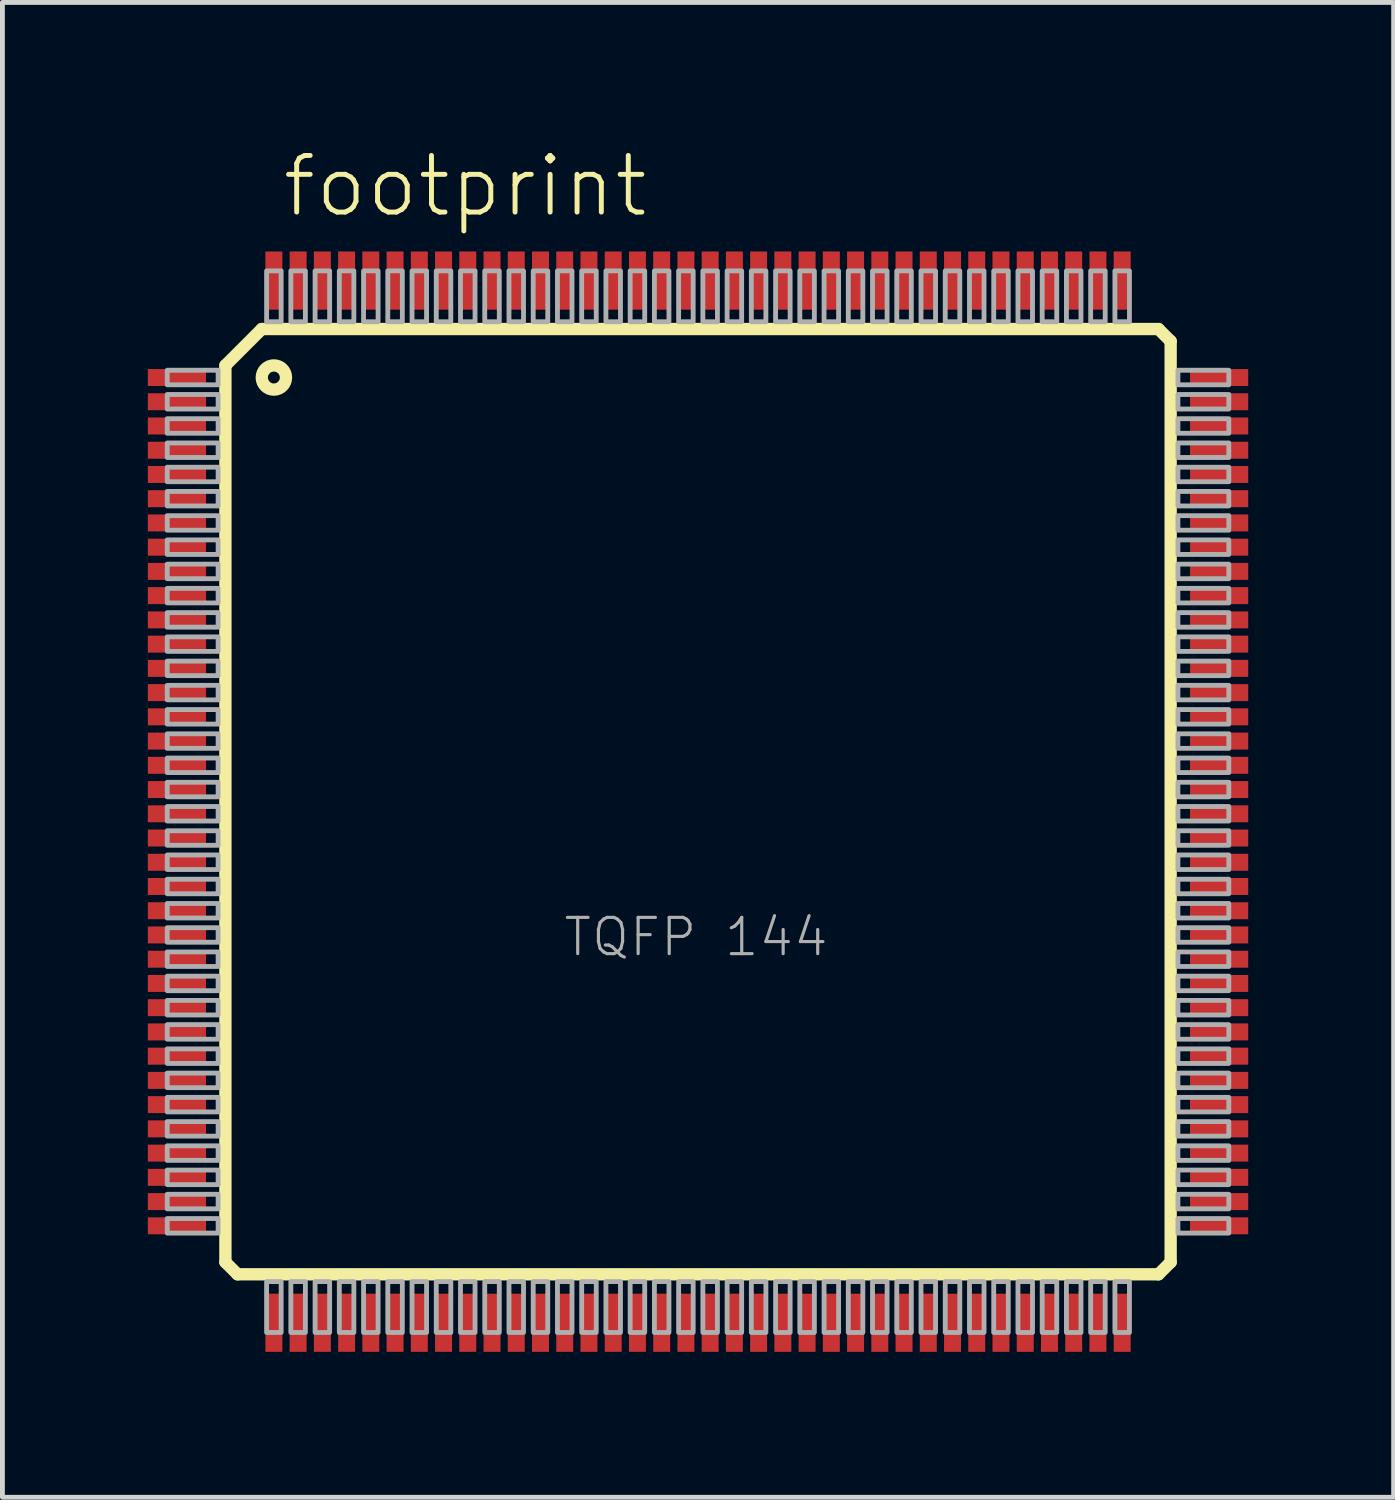
<source format=kicad_pcb>
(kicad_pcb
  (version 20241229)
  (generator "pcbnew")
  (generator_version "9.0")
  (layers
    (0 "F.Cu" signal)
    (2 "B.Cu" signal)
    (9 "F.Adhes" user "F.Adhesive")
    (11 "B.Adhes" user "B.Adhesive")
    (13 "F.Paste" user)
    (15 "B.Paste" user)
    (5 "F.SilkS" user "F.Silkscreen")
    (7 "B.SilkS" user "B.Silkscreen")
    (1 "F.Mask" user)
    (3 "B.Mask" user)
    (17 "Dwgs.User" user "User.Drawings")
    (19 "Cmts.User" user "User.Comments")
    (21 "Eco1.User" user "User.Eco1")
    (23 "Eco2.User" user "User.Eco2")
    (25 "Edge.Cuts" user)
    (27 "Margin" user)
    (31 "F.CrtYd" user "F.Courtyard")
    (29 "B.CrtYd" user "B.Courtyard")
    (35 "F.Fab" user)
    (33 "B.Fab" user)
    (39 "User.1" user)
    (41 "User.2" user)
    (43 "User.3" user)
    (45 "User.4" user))
  (footprint "footprint"
    (layer "F.Cu")
    (at 11.35 13.488)
    (property "Reference" "footprint" (at -8.625 -12.015 0) (layer "F.SilkS") (effects (font (size 1.168 1.168) (thickness 0.102)) (justify left bottom)))
    (fp_line (start -9.75 -9) (end -9 -9.75) (stroke (width 0.254) (type solid)) (layer "F.SilkS"))
    (fp_line (start -9.75 9.5) (end -9.75 -9) (stroke (width 0.254) (type solid)) (layer "F.SilkS"))
    (fp_line (start -9.5 9.75) (end -9.75 9.5) (stroke (width 0.254) (type solid)) (layer "F.SilkS"))
    (fp_line (start -9 -9.75) (end 9.5 -9.75) (stroke (width 0.254) (type solid)) (layer "F.SilkS"))
    (fp_line (start 9.5 -9.75) (end 9.75 -9.5) (stroke (width 0.254) (type solid)) (layer "F.SilkS"))
    (fp_line (start 9.5 9.75) (end -9.5 9.75) (stroke (width 0.254) (type solid)) (layer "F.SilkS"))
    (fp_line (start 9.75 -9.5) (end 9.75 9.5) (stroke (width 0.254) (type solid)) (layer "F.SilkS"))
    (fp_line (start 9.75 9.5) (end 9.5 9.75) (stroke (width 0.254) (type solid)) (layer "F.SilkS"))
    (fp_circle (center -8.75 -8.75) (end -8.5 -8.75) (stroke (width 0.254) (type solid)) (fill no) (layer "F.SilkS"))
    (fp_poly (pts (xy -10.95 -8.6) (xy -9.9 -8.6) (xy -9.9 -8.9) (xy -10.95 -8.9)) (stroke (width 0.1) (type solid)) (fill no) (layer "F.Fab"))
    (fp_poly (pts (xy -10.95 -8.1) (xy -9.9 -8.1) (xy -9.9 -8.4) (xy -10.95 -8.4)) (stroke (width 0.1) (type solid)) (fill no) (layer "F.Fab"))
    (fp_poly (pts (xy -10.95 -7.6) (xy -9.9 -7.6) (xy -9.9 -7.9) (xy -10.95 -7.9)) (stroke (width 0.1) (type solid)) (fill no) (layer "F.Fab"))
    (fp_poly (pts (xy -10.95 -7.1) (xy -9.9 -7.1) (xy -9.9 -7.4) (xy -10.95 -7.4)) (stroke (width 0.1) (type solid)) (fill no) (layer "F.Fab"))
    (fp_poly (pts (xy -10.95 -6.6) (xy -9.9 -6.6) (xy -9.9 -6.9) (xy -10.95 -6.9)) (stroke (width 0.1) (type solid)) (fill no) (layer "F.Fab"))
    (fp_poly (pts (xy -10.95 -6.1) (xy -9.9 -6.1) (xy -9.9 -6.4) (xy -10.95 -6.4)) (stroke (width 0.1) (type solid)) (fill no) (layer "F.Fab"))
    (fp_poly (pts (xy -10.95 -5.6) (xy -9.9 -5.6) (xy -9.9 -5.9) (xy -10.95 -5.9)) (stroke (width 0.1) (type solid)) (fill no) (layer "F.Fab"))
    (fp_poly (pts (xy -10.95 -5.1) (xy -9.9 -5.1) (xy -9.9 -5.4) (xy -10.95 -5.4)) (stroke (width 0.1) (type solid)) (fill no) (layer "F.Fab"))
    (fp_poly (pts (xy -10.95 -4.6) (xy -9.9 -4.6) (xy -9.9 -4.9) (xy -10.95 -4.9)) (stroke (width 0.1) (type solid)) (fill no) (layer "F.Fab"))
    (fp_poly (pts (xy -10.95 -4.1) (xy -9.9 -4.1) (xy -9.9 -4.4) (xy -10.95 -4.4)) (stroke (width 0.1) (type solid)) (fill no) (layer "F.Fab"))
    (fp_poly (pts (xy -10.95 -3.6) (xy -9.9 -3.6) (xy -9.9 -3.9) (xy -10.95 -3.9)) (stroke (width 0.1) (type solid)) (fill no) (layer "F.Fab"))
    (fp_poly (pts (xy -10.95 -3.1) (xy -9.9 -3.1) (xy -9.9 -3.4) (xy -10.95 -3.4)) (stroke (width 0.1) (type solid)) (fill no) (layer "F.Fab"))
    (fp_poly (pts (xy -10.95 -2.6) (xy -9.9 -2.6) (xy -9.9 -2.9) (xy -10.95 -2.9)) (stroke (width 0.1) (type solid)) (fill no) (layer "F.Fab"))
    (fp_poly (pts (xy -10.95 -2.1) (xy -9.9 -2.1) (xy -9.9 -2.4) (xy -10.95 -2.4)) (stroke (width 0.1) (type solid)) (fill no) (layer "F.Fab"))
    (fp_poly (pts (xy -10.95 -1.6) (xy -9.9 -1.6) (xy -9.9 -1.9) (xy -10.95 -1.9)) (stroke (width 0.1) (type solid)) (fill no) (layer "F.Fab"))
    (fp_poly (pts (xy -10.95 -1.1) (xy -9.9 -1.1) (xy -9.9 -1.4) (xy -10.95 -1.4)) (stroke (width 0.1) (type solid)) (fill no) (layer "F.Fab"))
    (fp_poly (pts (xy -10.95 -0.6) (xy -9.9 -0.6) (xy -9.9 -0.9) (xy -10.95 -0.9)) (stroke (width 0.1) (type solid)) (fill no) (layer "F.Fab"))
    (fp_poly (pts (xy -10.95 -0.1) (xy -9.9 -0.1) (xy -9.9 -0.4) (xy -10.95 -0.4)) (stroke (width 0.1) (type solid)) (fill no) (layer "F.Fab"))
    (fp_poly (pts (xy -10.95 0.4) (xy -9.9 0.4) (xy -9.9 0.1) (xy -10.95 0.1)) (stroke (width 0.1) (type solid)) (fill no) (layer "F.Fab"))
    (fp_poly (pts (xy -10.95 0.9) (xy -9.9 0.9) (xy -9.9 0.6) (xy -10.95 0.6)) (stroke (width 0.1) (type solid)) (fill no) (layer "F.Fab"))
    (fp_poly (pts (xy -10.95 1.4) (xy -9.9 1.4) (xy -9.9 1.1) (xy -10.95 1.1)) (stroke (width 0.1) (type solid)) (fill no) (layer "F.Fab"))
    (fp_poly (pts (xy -10.95 1.9) (xy -9.9 1.9) (xy -9.9 1.6) (xy -10.95 1.6)) (stroke (width 0.1) (type solid)) (fill no) (layer "F.Fab"))
    (fp_poly (pts (xy -10.95 2.4) (xy -9.9 2.4) (xy -9.9 2.1) (xy -10.95 2.1)) (stroke (width 0.1) (type solid)) (fill no) (layer "F.Fab"))
    (fp_poly (pts (xy -10.95 2.9) (xy -9.9 2.9) (xy -9.9 2.6) (xy -10.95 2.6)) (stroke (width 0.1) (type solid)) (fill no) (layer "F.Fab"))
    (fp_poly (pts (xy -10.95 3.4) (xy -9.9 3.4) (xy -9.9 3.1) (xy -10.95 3.1)) (stroke (width 0.1) (type solid)) (fill no) (layer "F.Fab"))
    (fp_poly (pts (xy -10.95 3.9) (xy -9.9 3.9) (xy -9.9 3.6) (xy -10.95 3.6)) (stroke (width 0.1) (type solid)) (fill no) (layer "F.Fab"))
    (fp_poly (pts (xy -10.95 4.4) (xy -9.9 4.4) (xy -9.9 4.1) (xy -10.95 4.1)) (stroke (width 0.1) (type solid)) (fill no) (layer "F.Fab"))
    (fp_poly (pts (xy -10.95 4.9) (xy -9.9 4.9) (xy -9.9 4.6) (xy -10.95 4.6)) (stroke (width 0.1) (type solid)) (fill no) (layer "F.Fab"))
    (fp_poly (pts (xy -10.95 5.4) (xy -9.9 5.4) (xy -9.9 5.1) (xy -10.95 5.1)) (stroke (width 0.1) (type solid)) (fill no) (layer "F.Fab"))
    (fp_poly (pts (xy -10.95 5.9) (xy -9.9 5.9) (xy -9.9 5.6) (xy -10.95 5.6)) (stroke (width 0.1) (type solid)) (fill no) (layer "F.Fab"))
    (fp_poly (pts (xy -10.95 6.4) (xy -9.9 6.4) (xy -9.9 6.1) (xy -10.95 6.1)) (stroke (width 0.1) (type solid)) (fill no) (layer "F.Fab"))
    (fp_poly (pts (xy -10.95 6.9) (xy -9.9 6.9) (xy -9.9 6.6) (xy -10.95 6.6)) (stroke (width 0.1) (type solid)) (fill no) (layer "F.Fab"))
    (fp_poly (pts (xy -10.95 7.4) (xy -9.9 7.4) (xy -9.9 7.1) (xy -10.95 7.1)) (stroke (width 0.1) (type solid)) (fill no) (layer "F.Fab"))
    (fp_poly (pts (xy -10.95 7.9) (xy -9.9 7.9) (xy -9.9 7.6) (xy -10.95 7.6)) (stroke (width 0.1) (type solid)) (fill no) (layer "F.Fab"))
    (fp_poly (pts (xy -10.95 8.4) (xy -9.9 8.4) (xy -9.9 8.1) (xy -10.95 8.1)) (stroke (width 0.1) (type solid)) (fill no) (layer "F.Fab"))
    (fp_poly (pts (xy -10.95 8.9) (xy -9.9 8.9) (xy -9.9 8.6) (xy -10.95 8.6)) (stroke (width 0.1) (type solid)) (fill no) (layer "F.Fab"))
    (fp_poly (pts (xy -8.9 -9.9) (xy -8.6 -9.9) (xy -8.6 -10.95) (xy -8.9 -10.95)) (stroke (width 0.1) (type solid)) (fill no) (layer "F.Fab"))
    (fp_poly (pts (xy -8.9 10.95) (xy -8.6 10.95) (xy -8.6 9.9) (xy -8.9 9.9)) (stroke (width 0.1) (type solid)) (fill no) (layer "F.Fab"))
    (fp_poly (pts (xy -8.4 -9.9) (xy -8.1 -9.9) (xy -8.1 -10.95) (xy -8.4 -10.95)) (stroke (width 0.1) (type solid)) (fill no) (layer "F.Fab"))
    (fp_poly (pts (xy -8.4 10.95) (xy -8.1 10.95) (xy -8.1 9.9) (xy -8.4 9.9)) (stroke (width 0.1) (type solid)) (fill no) (layer "F.Fab"))
    (fp_poly (pts (xy -7.9 -9.9) (xy -7.6 -9.9) (xy -7.6 -10.95) (xy -7.9 -10.95)) (stroke (width 0.1) (type solid)) (fill no) (layer "F.Fab"))
    (fp_poly (pts (xy -7.9 10.95) (xy -7.6 10.95) (xy -7.6 9.9) (xy -7.9 9.9)) (stroke (width 0.1) (type solid)) (fill no) (layer "F.Fab"))
    (fp_poly (pts (xy -7.4 -9.9) (xy -7.1 -9.9) (xy -7.1 -10.95) (xy -7.4 -10.95)) (stroke (width 0.1) (type solid)) (fill no) (layer "F.Fab"))
    (fp_poly (pts (xy -7.4 10.95) (xy -7.1 10.95) (xy -7.1 9.9) (xy -7.4 9.9)) (stroke (width 0.1) (type solid)) (fill no) (layer "F.Fab"))
    (fp_poly (pts (xy -6.9 -9.9) (xy -6.6 -9.9) (xy -6.6 -10.95) (xy -6.9 -10.95)) (stroke (width 0.1) (type solid)) (fill no) (layer "F.Fab"))
    (fp_poly (pts (xy -6.9 10.95) (xy -6.6 10.95) (xy -6.6 9.9) (xy -6.9 9.9)) (stroke (width 0.1) (type solid)) (fill no) (layer "F.Fab"))
    (fp_poly (pts (xy -6.4 -9.9) (xy -6.1 -9.9) (xy -6.1 -10.95) (xy -6.4 -10.95)) (stroke (width 0.1) (type solid)) (fill no) (layer "F.Fab"))
    (fp_poly (pts (xy -6.4 10.95) (xy -6.1 10.95) (xy -6.1 9.9) (xy -6.4 9.9)) (stroke (width 0.1) (type solid)) (fill no) (layer "F.Fab"))
    (fp_poly (pts (xy -5.9 -9.9) (xy -5.6 -9.9) (xy -5.6 -10.95) (xy -5.9 -10.95)) (stroke (width 0.1) (type solid)) (fill no) (layer "F.Fab"))
    (fp_poly (pts (xy -5.9 10.95) (xy -5.6 10.95) (xy -5.6 9.9) (xy -5.9 9.9)) (stroke (width 0.1) (type solid)) (fill no) (layer "F.Fab"))
    (fp_poly (pts (xy -5.4 -9.9) (xy -5.1 -9.9) (xy -5.1 -10.95) (xy -5.4 -10.95)) (stroke (width 0.1) (type solid)) (fill no) (layer "F.Fab"))
    (fp_poly (pts (xy -5.4 10.95) (xy -5.1 10.95) (xy -5.1 9.9) (xy -5.4 9.9)) (stroke (width 0.1) (type solid)) (fill no) (layer "F.Fab"))
    (fp_poly (pts (xy -4.9 -9.9) (xy -4.6 -9.9) (xy -4.6 -10.95) (xy -4.9 -10.95)) (stroke (width 0.1) (type solid)) (fill no) (layer "F.Fab"))
    (fp_poly (pts (xy -4.9 10.95) (xy -4.6 10.95) (xy -4.6 9.9) (xy -4.9 9.9)) (stroke (width 0.1) (type solid)) (fill no) (layer "F.Fab"))
    (fp_poly (pts (xy -4.4 -9.9) (xy -4.1 -9.9) (xy -4.1 -10.95) (xy -4.4 -10.95)) (stroke (width 0.1) (type solid)) (fill no) (layer "F.Fab"))
    (fp_poly (pts (xy -4.4 10.95) (xy -4.1 10.95) (xy -4.1 9.9) (xy -4.4 9.9)) (stroke (width 0.1) (type solid)) (fill no) (layer "F.Fab"))
    (fp_poly (pts (xy -3.9 -9.9) (xy -3.6 -9.9) (xy -3.6 -10.95) (xy -3.9 -10.95)) (stroke (width 0.1) (type solid)) (fill no) (layer "F.Fab"))
    (fp_poly (pts (xy -3.9 10.95) (xy -3.6 10.95) (xy -3.6 9.9) (xy -3.9 9.9)) (stroke (width 0.1) (type solid)) (fill no) (layer "F.Fab"))
    (fp_poly (pts (xy -3.4 -9.9) (xy -3.1 -9.9) (xy -3.1 -10.95) (xy -3.4 -10.95)) (stroke (width 0.1) (type solid)) (fill no) (layer "F.Fab"))
    (fp_poly (pts (xy -3.4 10.95) (xy -3.1 10.95) (xy -3.1 9.9) (xy -3.4 9.9)) (stroke (width 0.1) (type solid)) (fill no) (layer "F.Fab"))
    (fp_poly (pts (xy -2.9 -9.9) (xy -2.6 -9.9) (xy -2.6 -10.95) (xy -2.9 -10.95)) (stroke (width 0.1) (type solid)) (fill no) (layer "F.Fab"))
    (fp_poly (pts (xy -2.9 10.95) (xy -2.6 10.95) (xy -2.6 9.9) (xy -2.9 9.9)) (stroke (width 0.1) (type solid)) (fill no) (layer "F.Fab"))
    (fp_poly (pts (xy -2.4 -9.9) (xy -2.1 -9.9) (xy -2.1 -10.95) (xy -2.4 -10.95)) (stroke (width 0.1) (type solid)) (fill no) (layer "F.Fab"))
    (fp_poly (pts (xy -2.4 10.95) (xy -2.1 10.95) (xy -2.1 9.9) (xy -2.4 9.9)) (stroke (width 0.1) (type solid)) (fill no) (layer "F.Fab"))
    (fp_poly (pts (xy -1.9 -9.9) (xy -1.6 -9.9) (xy -1.6 -10.95) (xy -1.9 -10.95)) (stroke (width 0.1) (type solid)) (fill no) (layer "F.Fab"))
    (fp_poly (pts (xy -1.9 10.95) (xy -1.6 10.95) (xy -1.6 9.9) (xy -1.9 9.9)) (stroke (width 0.1) (type solid)) (fill no) (layer "F.Fab"))
    (fp_poly (pts (xy -1.4 -9.9) (xy -1.1 -9.9) (xy -1.1 -10.95) (xy -1.4 -10.95)) (stroke (width 0.1) (type solid)) (fill no) (layer "F.Fab"))
    (fp_poly (pts (xy -1.4 10.95) (xy -1.1 10.95) (xy -1.1 9.9) (xy -1.4 9.9)) (stroke (width 0.1) (type solid)) (fill no) (layer "F.Fab"))
    (fp_poly (pts (xy -0.9 -9.9) (xy -0.6 -9.9) (xy -0.6 -10.95) (xy -0.9 -10.95)) (stroke (width 0.1) (type solid)) (fill no) (layer "F.Fab"))
    (fp_poly (pts (xy -0.9 10.95) (xy -0.6 10.95) (xy -0.6 9.9) (xy -0.9 9.9)) (stroke (width 0.1) (type solid)) (fill no) (layer "F.Fab"))
    (fp_poly (pts (xy -0.4 -9.9) (xy -0.1 -9.9) (xy -0.1 -10.95) (xy -0.4 -10.95)) (stroke (width 0.1) (type solid)) (fill no) (layer "F.Fab"))
    (fp_poly (pts (xy -0.4 10.95) (xy -0.1 10.95) (xy -0.1 9.9) (xy -0.4 9.9)) (stroke (width 0.1) (type solid)) (fill no) (layer "F.Fab"))
    (fp_poly (pts (xy 0.1 -9.9) (xy 0.4 -9.9) (xy 0.4 -10.95) (xy 0.1 -10.95)) (stroke (width 0.1) (type solid)) (fill no) (layer "F.Fab"))
    (fp_poly (pts (xy 0.1 10.95) (xy 0.4 10.95) (xy 0.4 9.9) (xy 0.1 9.9)) (stroke (width 0.1) (type solid)) (fill no) (layer "F.Fab"))
    (fp_poly (pts (xy 0.6 -9.9) (xy 0.9 -9.9) (xy 0.9 -10.95) (xy 0.6 -10.95)) (stroke (width 0.1) (type solid)) (fill no) (layer "F.Fab"))
    (fp_poly (pts (xy 0.6 10.95) (xy 0.9 10.95) (xy 0.9 9.9) (xy 0.6 9.9)) (stroke (width 0.1) (type solid)) (fill no) (layer "F.Fab"))
    (fp_poly (pts (xy 1.1 -9.9) (xy 1.4 -9.9) (xy 1.4 -10.95) (xy 1.1 -10.95)) (stroke (width 0.1) (type solid)) (fill no) (layer "F.Fab"))
    (fp_poly (pts (xy 1.1 10.95) (xy 1.4 10.95) (xy 1.4 9.9) (xy 1.1 9.9)) (stroke (width 0.1) (type solid)) (fill no) (layer "F.Fab"))
    (fp_poly (pts (xy 1.6 -9.9) (xy 1.9 -9.9) (xy 1.9 -10.95) (xy 1.6 -10.95)) (stroke (width 0.1) (type solid)) (fill no) (layer "F.Fab"))
    (fp_poly (pts (xy 1.6 10.95) (xy 1.9 10.95) (xy 1.9 9.9) (xy 1.6 9.9)) (stroke (width 0.1) (type solid)) (fill no) (layer "F.Fab"))
    (fp_poly (pts (xy 2.1 -9.9) (xy 2.4 -9.9) (xy 2.4 -10.95) (xy 2.1 -10.95)) (stroke (width 0.1) (type solid)) (fill no) (layer "F.Fab"))
    (fp_poly (pts (xy 2.1 10.95) (xy 2.4 10.95) (xy 2.4 9.9) (xy 2.1 9.9)) (stroke (width 0.1) (type solid)) (fill no) (layer "F.Fab"))
    (fp_poly (pts (xy 2.6 -9.9) (xy 2.9 -9.9) (xy 2.9 -10.95) (xy 2.6 -10.95)) (stroke (width 0.1) (type solid)) (fill no) (layer "F.Fab"))
    (fp_poly (pts (xy 2.6 10.95) (xy 2.9 10.95) (xy 2.9 9.9) (xy 2.6 9.9)) (stroke (width 0.1) (type solid)) (fill no) (layer "F.Fab"))
    (fp_poly (pts (xy 3.1 -9.9) (xy 3.4 -9.9) (xy 3.4 -10.95) (xy 3.1 -10.95)) (stroke (width 0.1) (type solid)) (fill no) (layer "F.Fab"))
    (fp_poly (pts (xy 3.1 10.95) (xy 3.4 10.95) (xy 3.4 9.9) (xy 3.1 9.9)) (stroke (width 0.1) (type solid)) (fill no) (layer "F.Fab"))
    (fp_poly (pts (xy 3.6 -9.9) (xy 3.9 -9.9) (xy 3.9 -10.95) (xy 3.6 -10.95)) (stroke (width 0.1) (type solid)) (fill no) (layer "F.Fab"))
    (fp_poly (pts (xy 3.6 10.95) (xy 3.9 10.95) (xy 3.9 9.9) (xy 3.6 9.9)) (stroke (width 0.1) (type solid)) (fill no) (layer "F.Fab"))
    (fp_poly (pts (xy 4.1 -9.9) (xy 4.4 -9.9) (xy 4.4 -10.95) (xy 4.1 -10.95)) (stroke (width 0.1) (type solid)) (fill no) (layer "F.Fab"))
    (fp_poly (pts (xy 4.1 10.95) (xy 4.4 10.95) (xy 4.4 9.9) (xy 4.1 9.9)) (stroke (width 0.1) (type solid)) (fill no) (layer "F.Fab"))
    (fp_poly (pts (xy 4.6 -9.9) (xy 4.9 -9.9) (xy 4.9 -10.95) (xy 4.6 -10.95)) (stroke (width 0.1) (type solid)) (fill no) (layer "F.Fab"))
    (fp_poly (pts (xy 4.6 10.95) (xy 4.9 10.95) (xy 4.9 9.9) (xy 4.6 9.9)) (stroke (width 0.1) (type solid)) (fill no) (layer "F.Fab"))
    (fp_poly (pts (xy 5.1 -9.9) (xy 5.4 -9.9) (xy 5.4 -10.95) (xy 5.1 -10.95)) (stroke (width 0.1) (type solid)) (fill no) (layer "F.Fab"))
    (fp_poly (pts (xy 5.1 10.95) (xy 5.4 10.95) (xy 5.4 9.9) (xy 5.1 9.9)) (stroke (width 0.1) (type solid)) (fill no) (layer "F.Fab"))
    (fp_poly (pts (xy 5.6 -9.9) (xy 5.9 -9.9) (xy 5.9 -10.95) (xy 5.6 -10.95)) (stroke (width 0.1) (type solid)) (fill no) (layer "F.Fab"))
    (fp_poly (pts (xy 5.6 10.95) (xy 5.9 10.95) (xy 5.9 9.9) (xy 5.6 9.9)) (stroke (width 0.1) (type solid)) (fill no) (layer "F.Fab"))
    (fp_poly (pts (xy 6.1 -9.9) (xy 6.4 -9.9) (xy 6.4 -10.95) (xy 6.1 -10.95)) (stroke (width 0.1) (type solid)) (fill no) (layer "F.Fab"))
    (fp_poly (pts (xy 6.1 10.95) (xy 6.4 10.95) (xy 6.4 9.9) (xy 6.1 9.9)) (stroke (width 0.1) (type solid)) (fill no) (layer "F.Fab"))
    (fp_poly (pts (xy 6.6 -9.9) (xy 6.9 -9.9) (xy 6.9 -10.95) (xy 6.6 -10.95)) (stroke (width 0.1) (type solid)) (fill no) (layer "F.Fab"))
    (fp_poly (pts (xy 6.6 10.95) (xy 6.9 10.95) (xy 6.9 9.9) (xy 6.6 9.9)) (stroke (width 0.1) (type solid)) (fill no) (layer "F.Fab"))
    (fp_poly (pts (xy 7.1 -9.9) (xy 7.4 -9.9) (xy 7.4 -10.95) (xy 7.1 -10.95)) (stroke (width 0.1) (type solid)) (fill no) (layer "F.Fab"))
    (fp_poly (pts (xy 7.1 10.95) (xy 7.4 10.95) (xy 7.4 9.9) (xy 7.1 9.9)) (stroke (width 0.1) (type solid)) (fill no) (layer "F.Fab"))
    (fp_poly (pts (xy 7.6 -9.9) (xy 7.9 -9.9) (xy 7.9 -10.95) (xy 7.6 -10.95)) (stroke (width 0.1) (type solid)) (fill no) (layer "F.Fab"))
    (fp_poly (pts (xy 7.6 10.95) (xy 7.9 10.95) (xy 7.9 9.9) (xy 7.6 9.9)) (stroke (width 0.1) (type solid)) (fill no) (layer "F.Fab"))
    (fp_poly (pts (xy 8.1 -9.9) (xy 8.4 -9.9) (xy 8.4 -10.95) (xy 8.1 -10.95)) (stroke (width 0.1) (type solid)) (fill no) (layer "F.Fab"))
    (fp_poly (pts (xy 8.1 10.95) (xy 8.4 10.95) (xy 8.4 9.9) (xy 8.1 9.9)) (stroke (width 0.1) (type solid)) (fill no) (layer "F.Fab"))
    (fp_poly (pts (xy 8.6 -9.9) (xy 8.9 -9.9) (xy 8.9 -10.95) (xy 8.6 -10.95)) (stroke (width 0.1) (type solid)) (fill no) (layer "F.Fab"))
    (fp_poly (pts (xy 8.6 10.95) (xy 8.9 10.95) (xy 8.9 9.9) (xy 8.6 9.9)) (stroke (width 0.1) (type solid)) (fill no) (layer "F.Fab"))
    (fp_poly (pts (xy 9.9 -8.6) (xy 10.95 -8.6) (xy 10.95 -8.9) (xy 9.9 -8.9)) (stroke (width 0.1) (type solid)) (fill no) (layer "F.Fab"))
    (fp_poly (pts (xy 9.9 -8.1) (xy 10.95 -8.1) (xy 10.95 -8.4) (xy 9.9 -8.4)) (stroke (width 0.1) (type solid)) (fill no) (layer "F.Fab"))
    (fp_poly (pts (xy 9.9 -7.6) (xy 10.95 -7.6) (xy 10.95 -7.9) (xy 9.9 -7.9)) (stroke (width 0.1) (type solid)) (fill no) (layer "F.Fab"))
    (fp_poly (pts (xy 9.9 -7.1) (xy 10.95 -7.1) (xy 10.95 -7.4) (xy 9.9 -7.4)) (stroke (width 0.1) (type solid)) (fill no) (layer "F.Fab"))
    (fp_poly (pts (xy 9.9 -6.6) (xy 10.95 -6.6) (xy 10.95 -6.9) (xy 9.9 -6.9)) (stroke (width 0.1) (type solid)) (fill no) (layer "F.Fab"))
    (fp_poly (pts (xy 9.9 -6.1) (xy 10.95 -6.1) (xy 10.95 -6.4) (xy 9.9 -6.4)) (stroke (width 0.1) (type solid)) (fill no) (layer "F.Fab"))
    (fp_poly (pts (xy 9.9 -5.6) (xy 10.95 -5.6) (xy 10.95 -5.9) (xy 9.9 -5.9)) (stroke (width 0.1) (type solid)) (fill no) (layer "F.Fab"))
    (fp_poly (pts (xy 9.9 -5.1) (xy 10.95 -5.1) (xy 10.95 -5.4) (xy 9.9 -5.4)) (stroke (width 0.1) (type solid)) (fill no) (layer "F.Fab"))
    (fp_poly (pts (xy 9.9 -4.6) (xy 10.95 -4.6) (xy 10.95 -4.9) (xy 9.9 -4.9)) (stroke (width 0.1) (type solid)) (fill no) (layer "F.Fab"))
    (fp_poly (pts (xy 9.9 -4.1) (xy 10.95 -4.1) (xy 10.95 -4.4) (xy 9.9 -4.4)) (stroke (width 0.1) (type solid)) (fill no) (layer "F.Fab"))
    (fp_poly (pts (xy 9.9 -3.6) (xy 10.95 -3.6) (xy 10.95 -3.9) (xy 9.9 -3.9)) (stroke (width 0.1) (type solid)) (fill no) (layer "F.Fab"))
    (fp_poly (pts (xy 9.9 -3.1) (xy 10.95 -3.1) (xy 10.95 -3.4) (xy 9.9 -3.4)) (stroke (width 0.1) (type solid)) (fill no) (layer "F.Fab"))
    (fp_poly (pts (xy 9.9 -2.6) (xy 10.95 -2.6) (xy 10.95 -2.9) (xy 9.9 -2.9)) (stroke (width 0.1) (type solid)) (fill no) (layer "F.Fab"))
    (fp_poly (pts (xy 9.9 -2.1) (xy 10.95 -2.1) (xy 10.95 -2.4) (xy 9.9 -2.4)) (stroke (width 0.1) (type solid)) (fill no) (layer "F.Fab"))
    (fp_poly (pts (xy 9.9 -1.6) (xy 10.95 -1.6) (xy 10.95 -1.9) (xy 9.9 -1.9)) (stroke (width 0.1) (type solid)) (fill no) (layer "F.Fab"))
    (fp_poly (pts (xy 9.9 -1.1) (xy 10.95 -1.1) (xy 10.95 -1.4) (xy 9.9 -1.4)) (stroke (width 0.1) (type solid)) (fill no) (layer "F.Fab"))
    (fp_poly (pts (xy 9.9 -0.6) (xy 10.95 -0.6) (xy 10.95 -0.9) (xy 9.9 -0.9)) (stroke (width 0.1) (type solid)) (fill no) (layer "F.Fab"))
    (fp_poly (pts (xy 9.9 -0.1) (xy 10.95 -0.1) (xy 10.95 -0.4) (xy 9.9 -0.4)) (stroke (width 0.1) (type solid)) (fill no) (layer "F.Fab"))
    (fp_poly (pts (xy 9.9 0.4) (xy 10.95 0.4) (xy 10.95 0.1) (xy 9.9 0.1)) (stroke (width 0.1) (type solid)) (fill no) (layer "F.Fab"))
    (fp_poly (pts (xy 9.9 0.9) (xy 10.95 0.9) (xy 10.95 0.6) (xy 9.9 0.6)) (stroke (width 0.1) (type solid)) (fill no) (layer "F.Fab"))
    (fp_poly (pts (xy 9.9 1.4) (xy 10.95 1.4) (xy 10.95 1.1) (xy 9.9 1.1)) (stroke (width 0.1) (type solid)) (fill no) (layer "F.Fab"))
    (fp_poly (pts (xy 9.9 1.9) (xy 10.95 1.9) (xy 10.95 1.6) (xy 9.9 1.6)) (stroke (width 0.1) (type solid)) (fill no) (layer "F.Fab"))
    (fp_poly (pts (xy 9.9 2.4) (xy 10.95 2.4) (xy 10.95 2.1) (xy 9.9 2.1)) (stroke (width 0.1) (type solid)) (fill no) (layer "F.Fab"))
    (fp_poly (pts (xy 9.9 2.9) (xy 10.95 2.9) (xy 10.95 2.6) (xy 9.9 2.6)) (stroke (width 0.1) (type solid)) (fill no) (layer "F.Fab"))
    (fp_poly (pts (xy 9.9 3.4) (xy 10.95 3.4) (xy 10.95 3.1) (xy 9.9 3.1)) (stroke (width 0.1) (type solid)) (fill no) (layer "F.Fab"))
    (fp_poly (pts (xy 9.9 3.9) (xy 10.95 3.9) (xy 10.95 3.6) (xy 9.9 3.6)) (stroke (width 0.1) (type solid)) (fill no) (layer "F.Fab"))
    (fp_poly (pts (xy 9.9 4.4) (xy 10.95 4.4) (xy 10.95 4.1) (xy 9.9 4.1)) (stroke (width 0.1) (type solid)) (fill no) (layer "F.Fab"))
    (fp_poly (pts (xy 9.9 4.9) (xy 10.95 4.9) (xy 10.95 4.6) (xy 9.9 4.6)) (stroke (width 0.1) (type solid)) (fill no) (layer "F.Fab"))
    (fp_poly (pts (xy 9.9 5.4) (xy 10.95 5.4) (xy 10.95 5.1) (xy 9.9 5.1)) (stroke (width 0.1) (type solid)) (fill no) (layer "F.Fab"))
    (fp_poly (pts (xy 9.9 5.9) (xy 10.95 5.9) (xy 10.95 5.6) (xy 9.9 5.6)) (stroke (width 0.1) (type solid)) (fill no) (layer "F.Fab"))
    (fp_poly (pts (xy 9.9 6.4) (xy 10.95 6.4) (xy 10.95 6.1) (xy 9.9 6.1)) (stroke (width 0.1) (type solid)) (fill no) (layer "F.Fab"))
    (fp_poly (pts (xy 9.9 6.9) (xy 10.95 6.9) (xy 10.95 6.6) (xy 9.9 6.6)) (stroke (width 0.1) (type solid)) (fill no) (layer "F.Fab"))
    (fp_poly (pts (xy 9.9 7.4) (xy 10.95 7.4) (xy 10.95 7.1) (xy 9.9 7.1)) (stroke (width 0.1) (type solid)) (fill no) (layer "F.Fab"))
    (fp_poly (pts (xy 9.9 7.9) (xy 10.95 7.9) (xy 10.95 7.6) (xy 9.9 7.6)) (stroke (width 0.1) (type solid)) (fill no) (layer "F.Fab"))
    (fp_poly (pts (xy 9.9 8.4) (xy 10.95 8.4) (xy 10.95 8.1) (xy 9.9 8.1)) (stroke (width 0.1) (type solid)) (fill no) (layer "F.Fab"))
    (fp_poly (pts (xy 9.9 8.9) (xy 10.95 8.9) (xy 10.95 8.6) (xy 9.9 8.6)) (stroke (width 0.1) (type solid)) (fill no) (layer "F.Fab"))
    (fp_text user "TQFP 144" (at -2.81 3.23 0) (layer "F.Fab") (effects (font (size 0.748 0.748) (thickness 0.065)) (justify left bottom)))
    (pad "1" smd rect (at -10.75 -8.75) (size 1.2 0.35) (layers "F.Cu" "F.Mask" "F.Paste"))
    (pad "2" smd rect (at -10.75 -8.25) (size 1.2 0.35) (layers "F.Cu" "F.Mask" "F.Paste"))
    (pad "3" smd rect (at -10.75 -7.75) (size 1.2 0.35) (layers "F.Cu" "F.Mask" "F.Paste"))
    (pad "4" smd rect (at -10.75 -7.25) (size 1.2 0.35) (layers "F.Cu" "F.Mask" "F.Paste"))
    (pad "5" smd rect (at -10.75 -6.75) (size 1.2 0.35) (layers "F.Cu" "F.Mask" "F.Paste"))
    (pad "6" smd rect (at -10.75 -6.25) (size 1.2 0.35) (layers "F.Cu" "F.Mask" "F.Paste"))
    (pad "7" smd rect (at -10.75 -5.75) (size 1.2 0.35) (layers "F.Cu" "F.Mask" "F.Paste"))
    (pad "8" smd rect (at -10.75 -5.25) (size 1.2 0.35) (layers "F.Cu" "F.Mask" "F.Paste"))
    (pad "9" smd rect (at -10.75 -4.75) (size 1.2 0.35) (layers "F.Cu" "F.Mask" "F.Paste"))
    (pad "10" smd rect (at -10.75 -4.25) (size 1.2 0.35) (layers "F.Cu" "F.Mask" "F.Paste"))
    (pad "11" smd rect (at -10.75 -3.75) (size 1.2 0.35) (layers "F.Cu" "F.Mask" "F.Paste"))
    (pad "12" smd rect (at -10.75 -3.25) (size 1.2 0.35) (layers "F.Cu" "F.Mask" "F.Paste"))
    (pad "13" smd rect (at -10.75 -2.75) (size 1.2 0.35) (layers "F.Cu" "F.Mask" "F.Paste"))
    (pad "14" smd rect (at -10.75 -2.25) (size 1.2 0.35) (layers "F.Cu" "F.Mask" "F.Paste"))
    (pad "15" smd rect (at -10.75 -1.75) (size 1.2 0.35) (layers "F.Cu" "F.Mask" "F.Paste"))
    (pad "16" smd rect (at -10.75 -1.25) (size 1.2 0.35) (layers "F.Cu" "F.Mask" "F.Paste"))
    (pad "17" smd rect (at -10.75 -0.75) (size 1.2 0.35) (layers "F.Cu" "F.Mask" "F.Paste"))
    (pad "18" smd rect (at -10.75 -0.25) (size 1.2 0.35) (layers "F.Cu" "F.Mask" "F.Paste"))
    (pad "19" smd rect (at -10.75 0.25) (size 1.2 0.35) (layers "F.Cu" "F.Mask" "F.Paste"))
    (pad "20" smd rect (at -10.75 0.75) (size 1.2 0.35) (layers "F.Cu" "F.Mask" "F.Paste"))
    (pad "21" smd rect (at -10.75 1.25) (size 1.2 0.35) (layers "F.Cu" "F.Mask" "F.Paste"))
    (pad "22" smd rect (at -10.75 1.75) (size 1.2 0.35) (layers "F.Cu" "F.Mask" "F.Paste"))
    (pad "23" smd rect (at -10.75 2.25) (size 1.2 0.35) (layers "F.Cu" "F.Mask" "F.Paste"))
    (pad "24" smd rect (at -10.75 2.75) (size 1.2 0.35) (layers "F.Cu" "F.Mask" "F.Paste"))
    (pad "25" smd rect (at -10.75 3.25) (size 1.2 0.35) (layers "F.Cu" "F.Mask" "F.Paste"))
    (pad "26" smd rect (at -10.75 3.75) (size 1.2 0.35) (layers "F.Cu" "F.Mask" "F.Paste"))
    (pad "27" smd rect (at -10.75 4.25) (size 1.2 0.35) (layers "F.Cu" "F.Mask" "F.Paste"))
    (pad "28" smd rect (at -10.75 4.75) (size 1.2 0.35) (layers "F.Cu" "F.Mask" "F.Paste"))
    (pad "29" smd rect (at -10.75 5.25) (size 1.2 0.35) (layers "F.Cu" "F.Mask" "F.Paste"))
    (pad "30" smd rect (at -10.75 5.75) (size 1.2 0.35) (layers "F.Cu" "F.Mask" "F.Paste"))
    (pad "31" smd rect (at -10.75 6.25) (size 1.2 0.35) (layers "F.Cu" "F.Mask" "F.Paste"))
    (pad "32" smd rect (at -10.75 6.75) (size 1.2 0.35) (layers "F.Cu" "F.Mask" "F.Paste"))
    (pad "33" smd rect (at -10.75 7.25) (size 1.2 0.35) (layers "F.Cu" "F.Mask" "F.Paste"))
    (pad "34" smd rect (at -10.75 7.75) (size 1.2 0.35) (layers "F.Cu" "F.Mask" "F.Paste"))
    (pad "35" smd rect (at -10.75 8.25) (size 1.2 0.35) (layers "F.Cu" "F.Mask" "F.Paste"))
    (pad "36" smd rect (at -10.75 8.75) (size 1.2 0.35) (layers "F.Cu" "F.Mask" "F.Paste"))
    (pad "37" smd rect (at -8.75 10.75) (size 0.35 1.2) (layers "F.Cu" "F.Mask" "F.Paste"))
    (pad "38" smd rect (at -8.25 10.75) (size 0.35 1.2) (layers "F.Cu" "F.Mask" "F.Paste"))
    (pad "39" smd rect (at -7.75 10.75) (size 0.35 1.2) (layers "F.Cu" "F.Mask" "F.Paste"))
    (pad "40" smd rect (at -7.25 10.75) (size 0.35 1.2) (layers "F.Cu" "F.Mask" "F.Paste"))
    (pad "41" smd rect (at -6.75 10.75) (size 0.35 1.2) (layers "F.Cu" "F.Mask" "F.Paste"))
    (pad "42" smd rect (at -6.25 10.75) (size 0.35 1.2) (layers "F.Cu" "F.Mask" "F.Paste"))
    (pad "43" smd rect (at -5.75 10.75) (size 0.35 1.2) (layers "F.Cu" "F.Mask" "F.Paste"))
    (pad "44" smd rect (at -5.25 10.75) (size 0.35 1.2) (layers "F.Cu" "F.Mask" "F.Paste"))
    (pad "45" smd rect (at -4.75 10.75) (size 0.35 1.2) (layers "F.Cu" "F.Mask" "F.Paste"))
    (pad "46" smd rect (at -4.25 10.75) (size 0.35 1.2) (layers "F.Cu" "F.Mask" "F.Paste"))
    (pad "47" smd rect (at -3.75 10.75) (size 0.35 1.2) (layers "F.Cu" "F.Mask" "F.Paste"))
    (pad "48" smd rect (at -3.25 10.75) (size 0.35 1.2) (layers "F.Cu" "F.Mask" "F.Paste"))
    (pad "49" smd rect (at -2.75 10.75) (size 0.35 1.2) (layers "F.Cu" "F.Mask" "F.Paste"))
    (pad "50" smd rect (at -2.25 10.75) (size 0.35 1.2) (layers "F.Cu" "F.Mask" "F.Paste"))
    (pad "51" smd rect (at -1.75 10.75) (size 0.35 1.2) (layers "F.Cu" "F.Mask" "F.Paste"))
    (pad "52" smd rect (at -1.25 10.75) (size 0.35 1.2) (layers "F.Cu" "F.Mask" "F.Paste"))
    (pad "53" smd rect (at -0.75 10.75) (size 0.35 1.2) (layers "F.Cu" "F.Mask" "F.Paste"))
    (pad "54" smd rect (at -0.25 10.75) (size 0.35 1.2) (layers "F.Cu" "F.Mask" "F.Paste"))
    (pad "55" smd rect (at 0.25 10.75) (size 0.35 1.2) (layers "F.Cu" "F.Mask" "F.Paste"))
    (pad "56" smd rect (at 0.75 10.75) (size 0.35 1.2) (layers "F.Cu" "F.Mask" "F.Paste"))
    (pad "57" smd rect (at 1.25 10.75) (size 0.35 1.2) (layers "F.Cu" "F.Mask" "F.Paste"))
    (pad "58" smd rect (at 1.75 10.75) (size 0.35 1.2) (layers "F.Cu" "F.Mask" "F.Paste"))
    (pad "59" smd rect (at 2.25 10.75) (size 0.35 1.2) (layers "F.Cu" "F.Mask" "F.Paste"))
    (pad "60" smd rect (at 2.75 10.75) (size 0.35 1.2) (layers "F.Cu" "F.Mask" "F.Paste"))
    (pad "61" smd rect (at 3.25 10.75) (size 0.35 1.2) (layers "F.Cu" "F.Mask" "F.Paste"))
    (pad "62" smd rect (at 3.75 10.75) (size 0.35 1.2) (layers "F.Cu" "F.Mask" "F.Paste"))
    (pad "63" smd rect (at 4.25 10.75) (size 0.35 1.2) (layers "F.Cu" "F.Mask" "F.Paste"))
    (pad "64" smd rect (at 4.75 10.75) (size 0.35 1.2) (layers "F.Cu" "F.Mask" "F.Paste"))
    (pad "65" smd rect (at 5.25 10.75) (size 0.35 1.2) (layers "F.Cu" "F.Mask" "F.Paste"))
    (pad "66" smd rect (at 5.75 10.75) (size 0.35 1.2) (layers "F.Cu" "F.Mask" "F.Paste"))
    (pad "67" smd rect (at 6.25 10.75) (size 0.35 1.2) (layers "F.Cu" "F.Mask" "F.Paste"))
    (pad "68" smd rect (at 6.75 10.75) (size 0.35 1.2) (layers "F.Cu" "F.Mask" "F.Paste"))
    (pad "69" smd rect (at 7.25 10.75) (size 0.35 1.2) (layers "F.Cu" "F.Mask" "F.Paste"))
    (pad "70" smd rect (at 7.75 10.75) (size 0.35 1.2) (layers "F.Cu" "F.Mask" "F.Paste"))
    (pad "71" smd rect (at 8.25 10.75) (size 0.35 1.2) (layers "F.Cu" "F.Mask" "F.Paste"))
    (pad "72" smd rect (at 8.75 10.75) (size 0.35 1.2) (layers "F.Cu" "F.Mask" "F.Paste"))
    (pad "73" smd rect (at 10.75 8.75) (size 1.2 0.35) (layers "F.Cu" "F.Mask" "F.Paste"))
    (pad "74" smd rect (at 10.75 8.25) (size 1.2 0.35) (layers "F.Cu" "F.Mask" "F.Paste"))
    (pad "75" smd rect (at 10.75 7.75) (size 1.2 0.35) (layers "F.Cu" "F.Mask" "F.Paste"))
    (pad "76" smd rect (at 10.75 7.25) (size 1.2 0.35) (layers "F.Cu" "F.Mask" "F.Paste"))
    (pad "77" smd rect (at 10.75 6.75) (size 1.2 0.35) (layers "F.Cu" "F.Mask" "F.Paste"))
    (pad "78" smd rect (at 10.75 6.25) (size 1.2 0.35) (layers "F.Cu" "F.Mask" "F.Paste"))
    (pad "79" smd rect (at 10.75 5.75) (size 1.2 0.35) (layers "F.Cu" "F.Mask" "F.Paste"))
    (pad "80" smd rect (at 10.75 5.25) (size 1.2 0.35) (layers "F.Cu" "F.Mask" "F.Paste"))
    (pad "81" smd rect (at 10.75 4.75) (size 1.2 0.35) (layers "F.Cu" "F.Mask" "F.Paste"))
    (pad "82" smd rect (at 10.75 4.25) (size 1.2 0.35) (layers "F.Cu" "F.Mask" "F.Paste"))
    (pad "83" smd rect (at 10.75 3.75) (size 1.2 0.35) (layers "F.Cu" "F.Mask" "F.Paste"))
    (pad "84" smd rect (at 10.75 3.25) (size 1.2 0.35) (layers "F.Cu" "F.Mask" "F.Paste"))
    (pad "85" smd rect (at 10.75 2.75) (size 1.2 0.35) (layers "F.Cu" "F.Mask" "F.Paste"))
    (pad "86" smd rect (at 10.75 2.25) (size 1.2 0.35) (layers "F.Cu" "F.Mask" "F.Paste"))
    (pad "87" smd rect (at 10.75 1.75) (size 1.2 0.35) (layers "F.Cu" "F.Mask" "F.Paste"))
    (pad "88" smd rect (at 10.75 1.25) (size 1.2 0.35) (layers "F.Cu" "F.Mask" "F.Paste"))
    (pad "89" smd rect (at 10.75 0.75) (size 1.2 0.35) (layers "F.Cu" "F.Mask" "F.Paste"))
    (pad "90" smd rect (at 10.75 0.25) (size 1.2 0.35) (layers "F.Cu" "F.Mask" "F.Paste"))
    (pad "91" smd rect (at 10.75 -0.25) (size 1.2 0.35) (layers "F.Cu" "F.Mask" "F.Paste"))
    (pad "92" smd rect (at 10.75 -0.75) (size 1.2 0.35) (layers "F.Cu" "F.Mask" "F.Paste"))
    (pad "93" smd rect (at 10.75 -1.25) (size 1.2 0.35) (layers "F.Cu" "F.Mask" "F.Paste"))
    (pad "94" smd rect (at 10.75 -1.75) (size 1.2 0.35) (layers "F.Cu" "F.Mask" "F.Paste"))
    (pad "95" smd rect (at 10.75 -2.25) (size 1.2 0.35) (layers "F.Cu" "F.Mask" "F.Paste"))
    (pad "96" smd rect (at 10.75 -2.75) (size 1.2 0.35) (layers "F.Cu" "F.Mask" "F.Paste"))
    (pad "97" smd rect (at 10.75 -3.25) (size 1.2 0.35) (layers "F.Cu" "F.Mask" "F.Paste"))
    (pad "98" smd rect (at 10.75 -3.75) (size 1.2 0.35) (layers "F.Cu" "F.Mask" "F.Paste"))
    (pad "99" smd rect (at 10.75 -4.25) (size 1.2 0.35) (layers "F.Cu" "F.Mask" "F.Paste"))
    (pad "100" smd rect (at 10.75 -4.75) (size 1.2 0.35) (layers "F.Cu" "F.Mask" "F.Paste"))
    (pad "101" smd rect (at 10.75 -5.25) (size 1.2 0.35) (layers "F.Cu" "F.Mask" "F.Paste"))
    (pad "102" smd rect (at 10.75 -5.75) (size 1.2 0.35) (layers "F.Cu" "F.Mask" "F.Paste"))
    (pad "103" smd rect (at 10.75 -6.25) (size 1.2 0.35) (layers "F.Cu" "F.Mask" "F.Paste"))
    (pad "104" smd rect (at 10.75 -6.75) (size 1.2 0.35) (layers "F.Cu" "F.Mask" "F.Paste"))
    (pad "105" smd rect (at 10.75 -7.25) (size 1.2 0.35) (layers "F.Cu" "F.Mask" "F.Paste"))
    (pad "106" smd rect (at 10.75 -7.75) (size 1.2 0.35) (layers "F.Cu" "F.Mask" "F.Paste"))
    (pad "107" smd rect (at 10.75 -8.25) (size 1.2 0.35) (layers "F.Cu" "F.Mask" "F.Paste"))
    (pad "108" smd rect (at 10.75 -8.75) (size 1.2 0.35) (layers "F.Cu" "F.Mask" "F.Paste"))
    (pad "109" smd rect (at 8.75 -10.75) (size 0.35 1.2) (layers "F.Cu" "F.Mask" "F.Paste"))
    (pad "110" smd rect (at 8.25 -10.75) (size 0.35 1.2) (layers "F.Cu" "F.Mask" "F.Paste"))
    (pad "111" smd rect (at 7.75 -10.75) (size 0.35 1.2) (layers "F.Cu" "F.Mask" "F.Paste"))
    (pad "112" smd rect (at 7.25 -10.75) (size 0.35 1.2) (layers "F.Cu" "F.Mask" "F.Paste"))
    (pad "113" smd rect (at 6.75 -10.75) (size 0.35 1.2) (layers "F.Cu" "F.Mask" "F.Paste"))
    (pad "114" smd rect (at 6.25 -10.75) (size 0.35 1.2) (layers "F.Cu" "F.Mask" "F.Paste"))
    (pad "115" smd rect (at 5.75 -10.75) (size 0.35 1.2) (layers "F.Cu" "F.Mask" "F.Paste"))
    (pad "116" smd rect (at 5.25 -10.75) (size 0.35 1.2) (layers "F.Cu" "F.Mask" "F.Paste"))
    (pad "117" smd rect (at 4.75 -10.75) (size 0.35 1.2) (layers "F.Cu" "F.Mask" "F.Paste"))
    (pad "118" smd rect (at 4.25 -10.75) (size 0.35 1.2) (layers "F.Cu" "F.Mask" "F.Paste"))
    (pad "119" smd rect (at 3.75 -10.75) (size 0.35 1.2) (layers "F.Cu" "F.Mask" "F.Paste"))
    (pad "120" smd rect (at 3.25 -10.75) (size 0.35 1.2) (layers "F.Cu" "F.Mask" "F.Paste"))
    (pad "121" smd rect (at 2.75 -10.75) (size 0.35 1.2) (layers "F.Cu" "F.Mask" "F.Paste"))
    (pad "122" smd rect (at 2.25 -10.75) (size 0.35 1.2) (layers "F.Cu" "F.Mask" "F.Paste"))
    (pad "123" smd rect (at 1.75 -10.75) (size 0.35 1.2) (layers "F.Cu" "F.Mask" "F.Paste"))
    (pad "124" smd rect (at 1.25 -10.75) (size 0.35 1.2) (layers "F.Cu" "F.Mask" "F.Paste"))
    (pad "125" smd rect (at 0.75 -10.75) (size 0.35 1.2) (layers "F.Cu" "F.Mask" "F.Paste"))
    (pad "126" smd rect (at 0.25 -10.75) (size 0.35 1.2) (layers "F.Cu" "F.Mask" "F.Paste"))
    (pad "127" smd rect (at -0.25 -10.75) (size 0.35 1.2) (layers "F.Cu" "F.Mask" "F.Paste"))
    (pad "128" smd rect (at -0.75 -10.75) (size 0.35 1.2) (layers "F.Cu" "F.Mask" "F.Paste"))
    (pad "129" smd rect (at -1.25 -10.75) (size 0.35 1.2) (layers "F.Cu" "F.Mask" "F.Paste"))
    (pad "130" smd rect (at -1.75 -10.75) (size 0.35 1.2) (layers "F.Cu" "F.Mask" "F.Paste"))
    (pad "131" smd rect (at -2.25 -10.75) (size 0.35 1.2) (layers "F.Cu" "F.Mask" "F.Paste"))
    (pad "132" smd rect (at -2.75 -10.75) (size 0.35 1.2) (layers "F.Cu" "F.Mask" "F.Paste"))
    (pad "133" smd rect (at -3.25 -10.75) (size 0.35 1.2) (layers "F.Cu" "F.Mask" "F.Paste"))
    (pad "134" smd rect (at -3.75 -10.75) (size 0.35 1.2) (layers "F.Cu" "F.Mask" "F.Paste"))
    (pad "135" smd rect (at -4.25 -10.75) (size 0.35 1.2) (layers "F.Cu" "F.Mask" "F.Paste"))
    (pad "136" smd rect (at -4.75 -10.75) (size 0.35 1.2) (layers "F.Cu" "F.Mask" "F.Paste"))
    (pad "137" smd rect (at -5.25 -10.75) (size 0.35 1.2) (layers "F.Cu" "F.Mask" "F.Paste"))
    (pad "138" smd rect (at -5.75 -10.75) (size 0.35 1.2) (layers "F.Cu" "F.Mask" "F.Paste"))
    (pad "139" smd rect (at -6.25 -10.75) (size 0.35 1.2) (layers "F.Cu" "F.Mask" "F.Paste"))
    (pad "140" smd rect (at -6.75 -10.75) (size 0.35 1.2) (layers "F.Cu" "F.Mask" "F.Paste"))
    (pad "141" smd rect (at -7.25 -10.75) (size 0.35 1.2) (layers "F.Cu" "F.Mask" "F.Paste"))
    (pad "142" smd rect (at -7.75 -10.75) (size 0.35 1.2) (layers "F.Cu" "F.Mask" "F.Paste"))
    (pad "143" smd rect (at -8.25 -10.75) (size 0.35 1.2) (layers "F.Cu" "F.Mask" "F.Paste"))
    (pad "144" smd rect (at -8.75 -10.75) (size 0.35 1.2) (layers "F.Cu" "F.Mask" "F.Paste")))
  (gr_rect
    (start -3 -3)
    (end 25.7 27.838)
    (stroke (width 0.1) (type default))
    (fill no)
    (layer "Edge.Cuts")))
</source>
